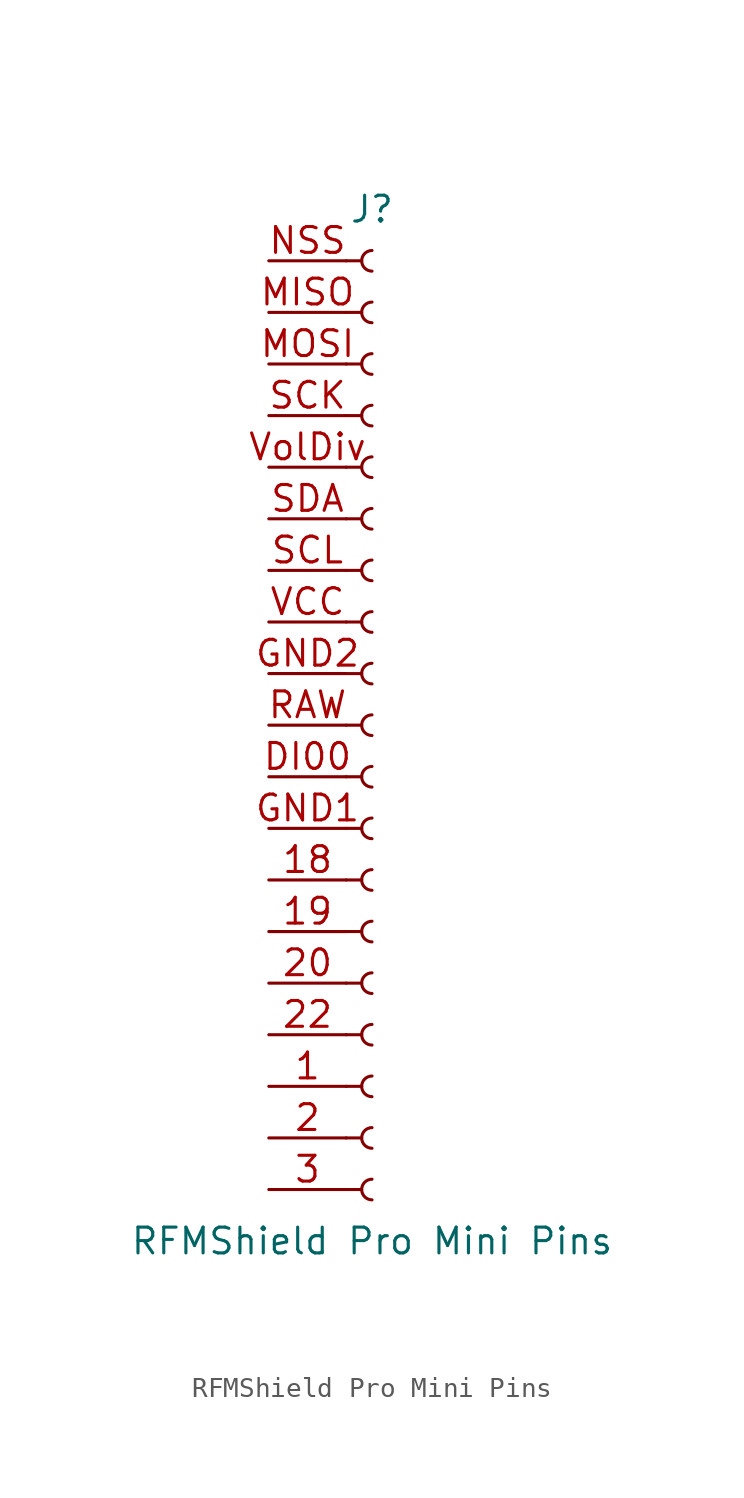
<source format=kicad_sym>
(kicad_symbol_lib
  (version 20211014)
  (generator kicad_symbol_editor)
  (symbol "RFMShield Pro Mini Pins"
    (pin_names
      (offset 1.016) hide)
    (property "Reference" "J"
      (at 0 25.4 0)
      (effects (font (size 1.27 1.27))))
    (property "Value" "RFMShield Pro Mini Pins"
      (at 0 -25.4 0)
      (effects (font (size 1.27 1.27))))
    (symbol "RFMShield Pro Mini Pins_1_1"
      (arc (start 0 -22.352) (mid -0.508 -22.86) (end 0 -23.368) (stroke (width 0.1524) (type default) (color 0 0 0 0)) (fill (type none)))
      (arc (start 0 -19.812) (mid -0.508 -20.32) (end 0 -20.828) (stroke (width 0.1524) (type default) (color 0 0 0 0)) (fill (type none)))
      (arc (start 0 -17.272) (mid -0.508 -17.78) (end 0 -18.288) (stroke (width 0.1524) (type default) (color 0 0 0 0)) (fill (type none)))
      (arc (start 0 -14.732) (mid -0.508 -15.24) (end 0 -15.748) (stroke (width 0.1524) (type default) (color 0 0 0 0)) (fill (type none)))
      (arc (start 0 -12.192) (mid -0.508 -12.7) (end 0 -13.208) (stroke (width 0.1524) (type default) (color 0 0 0 0)) (fill (type none)))
      (arc (start 0 -9.652) (mid -0.508 -10.16) (end 0 -10.668) (stroke (width 0.1524) (type default) (color 0 0 0 0)) (fill (type none)))
      (arc (start 0 -7.112) (mid -0.508 -7.62) (end 0 -8.128) (stroke (width 0.1524) (type default) (color 0 0 0 0)) (fill (type none)))
      (arc (start 0 -4.572) (mid -0.508 -5.08) (end 0 -5.588) (stroke (width 0.1524) (type default) (color 0 0 0 0)) (fill (type none)))
      (arc (start 0 -2.032) (mid -0.508 -2.54) (end 0 -3.048) (stroke (width 0.1524) (type default) (color 0 0 0 0)) (fill (type none)))
      (polyline (pts (xy -1.27 -22.86) (xy -0.508 -22.86)) (stroke (width 0.152) (type default) (color 0 0 0 0)) (fill (type none)))
      (polyline (pts (xy -1.27 -20.32) (xy -0.508 -20.32)) (stroke (width 0.152) (type default) (color 0 0 0 0)) (fill (type none)))
      (polyline (pts (xy -1.27 -17.78) (xy -0.508 -17.78)) (stroke (width 0.152) (type default) (color 0 0 0 0)) (fill (type none)))
      (polyline (pts (xy -1.27 -15.24) (xy -0.508 -15.24)) (stroke (width 0.152) (type default) (color 0 0 0 0)) (fill (type none)))
      (polyline (pts (xy -1.27 -12.7) (xy -0.508 -12.7)) (stroke (width 0.152) (type default) (color 0 0 0 0)) (fill (type none)))
      (polyline (pts (xy -1.27 -10.16) (xy -0.508 -10.16)) (stroke (width 0.152) (type default) (color 0 0 0 0)) (fill (type none)))
      (polyline (pts (xy -1.27 -7.62) (xy -0.508 -7.62)) (stroke (width 0.152) (type default) (color 0 0 0 0)) (fill (type none)))
      (polyline (pts (xy -1.27 -5.08) (xy -0.508 -5.08)) (stroke (width 0.152) (type default) (color 0 0 0 0)) (fill (type none)))
      (polyline (pts (xy -1.27 -2.54) (xy -0.508 -2.54)) (stroke (width 0.152) (type default) (color 0 0 0 0)) (fill (type none)))
      (polyline (pts (xy -1.27 0) (xy -0.508 0)) (stroke (width 0.152) (type default) (color 0 0 0 0)) (fill (type none)))
      (polyline (pts (xy -1.27 2.54) (xy -0.508 2.54)) (stroke (width 0.152) (type default) (color 0 0 0 0)) (fill (type none)))
      (polyline (pts (xy -1.27 5.08) (xy -0.508 5.08)) (stroke (width 0.152) (type default) (color 0 0 0 0)) (fill (type none)))
      (polyline (pts (xy -1.27 7.62) (xy -0.508 7.62)) (stroke (width 0.152) (type default) (color 0 0 0 0)) (fill (type none)))
      (polyline (pts (xy -1.27 10.16) (xy -0.508 10.16)) (stroke (width 0.152) (type default) (color 0 0 0 0)) (fill (type none)))
      (polyline (pts (xy -1.27 12.7) (xy -0.508 12.7)) (stroke (width 0.152) (type default) (color 0 0 0 0)) (fill (type none)))
      (polyline (pts (xy -1.27 15.24) (xy -0.508 15.24)) (stroke (width 0.152) (type default) (color 0 0 0 0)) (fill (type none)))
      (polyline (pts (xy -1.27 17.78) (xy -0.508 17.78)) (stroke (width 0.152) (type default) (color 0 0 0 0)) (fill (type none)))
      (polyline (pts (xy -1.27 20.32) (xy -0.508 20.32)) (stroke (width 0.152) (type default) (color 0 0 0 0)) (fill (type none)))
      (polyline (pts (xy -1.27 22.86) (xy -0.508 22.86)) (stroke (width 0.152) (type default) (color 0 0 0 0)) (fill (type none)))
      (arc (start 0 0.508) (mid -0.508 0) (end 0 -0.508) (stroke (width 0.1524) (type default) (color 0 0 0 0)) (fill (type none)))
      (arc (start 0 3.048) (mid -0.508 2.54) (end 0 2.032) (stroke (width 0.1524) (type default) (color 0 0 0 0)) (fill (type none)))
      (arc (start 0 5.588) (mid -0.508 5.08) (end 0 4.572) (stroke (width 0.1524) (type default) (color 0 0 0 0)) (fill (type none)))
      (arc (start 0 8.128) (mid -0.508 7.62) (end 0 7.112) (stroke (width 0.1524) (type default) (color 0 0 0 0)) (fill (type none)))
      (arc (start 0 10.668) (mid -0.508 10.16) (end 0 9.652) (stroke (width 0.1524) (type default) (color 0 0 0 0)) (fill (type none)))
      (arc (start 0 13.208) (mid -0.508 12.7) (end 0 12.192) (stroke (width 0.1524) (type default) (color 0 0 0 0)) (fill (type none)))
      (arc (start 0 15.748) (mid -0.508 15.24) (end 0 14.732) (stroke (width 0.1524) (type default) (color 0 0 0 0)) (fill (type none)))
      (arc (start 0 18.288) (mid -0.508 17.78) (end 0 17.272) (stroke (width 0.1524) (type default) (color 0 0 0 0)) (fill (type none)))
      (arc (start 0 20.828) (mid -0.508 20.32) (end 0 19.812) (stroke (width 0.1524) (type default) (color 0 0 0 0)) (fill (type none)))
      (arc (start 0 23.368) (mid -0.508 22.86) (end 0 22.352) (stroke (width 0.1524) (type default) (color 0 0 0 0)) (fill (type none)))
      (pin passive line (at -5.08 -17.78 0) (length 3.81) (name "1" (effects (font (size 1.27 1.27)))) (number "1" (effects (font (size 1.27 1.27)))))
      (pin passive line (at -5.08 -7.62 0) (length 3.81) (name "18" (effects (font (size 1.27 1.27)))) (number "18" (effects (font (size 1.27 1.27)))))
      (pin passive line (at -5.08 -10.16 0) (length 3.81) (name "19" (effects (font (size 1.27 1.27)))) (number "19" (effects (font (size 1.27 1.27)))))
      (pin passive line (at -5.08 -20.32 0) (length 3.81) (name "2" (effects (font (size 1.27 1.27)))) (number "2" (effects (font (size 1.27 1.27)))))
      (pin passive line (at -5.08 -12.7 0) (length 3.81) (name "20" (effects (font (size 1.27 1.27)))) (number "20" (effects (font (size 1.27 1.27)))))
      (pin passive line (at -5.08 -15.24 0) (length 3.81) (name "22" (effects (font (size 1.27 1.27)))) (number "22" (effects (font (size 1.27 1.27)))))
      (pin passive line (at -5.08 -22.86 0) (length 3.81) (name "3" (effects (font (size 1.27 1.27)))) (number "3" (effects (font (size 1.27 1.27)))))
      (pin passive line (at -5.08 -2.54 0) (length 3.81) (name "DI00" (effects (font (size 1.27 1.27)))) (number "DI00" (effects (font (size 1.27 1.27)))))
      (pin passive line (at -5.08 -5.08 0) (length 3.81) (name "GND1" (effects (font (size 1.27 1.27)))) (number "GND1" (effects (font (size 1.27 1.27)))))
      (pin passive line (at -5.08 2.54 0) (length 3.81) (name "GND2" (effects (font (size 1.27 1.27)))) (number "GND2" (effects (font (size 1.27 1.27)))))
      (pin passive line (at -5.08 20.32 0) (length 3.81) (name "MISO" (effects (font (size 1.27 1.27)))) (number "MISO" (effects (font (size 1.27 1.27)))))
      (pin passive line (at -5.08 17.78 0) (length 3.81) (name "MOSI" (effects (font (size 1.27 1.27)))) (number "MOSI" (effects (font (size 1.27 1.27)))))
      (pin passive line (at -5.08 22.86 0) (length 3.81) (name "NSS" (effects (font (size 1.27 1.27)))) (number "NSS" (effects (font (size 1.27 1.27)))))
      (pin passive line (at -5.08 0 0) (length 3.81) (name "RAW" (effects (font (size 1.27 1.27)))) (number "RAW" (effects (font (size 1.27 1.27)))))
      (pin passive line (at -5.08 15.24 0) (length 3.81) (name "SCK" (effects (font (size 1.27 1.27)))) (number "SCK" (effects (font (size 1.27 1.27)))))
      (pin passive line (at -5.08 7.62 0) (length 3.81) (name "SCL" (effects (font (size 1.27 1.27)))) (number "SCL" (effects (font (size 1.27 1.27)))))
      (pin passive line (at -5.08 10.16 0) (length 3.81) (name "SDA" (effects (font (size 1.27 1.27)))) (number "SDA" (effects (font (size 1.27 1.27)))))
      (pin passive line (at -5.08 5.08 0) (length 3.81) (name "VCC" (effects (font (size 1.27 1.27)))) (number "VCC" (effects (font (size 1.27 1.27)))))
      (pin passive line (at -5.08 12.7 0) (length 3.81) (name "VolDiv" (effects (font (size 1.27 1.27)))) (number "VolDiv" (effects (font (size 1.27 1.27))))))))
</source>
